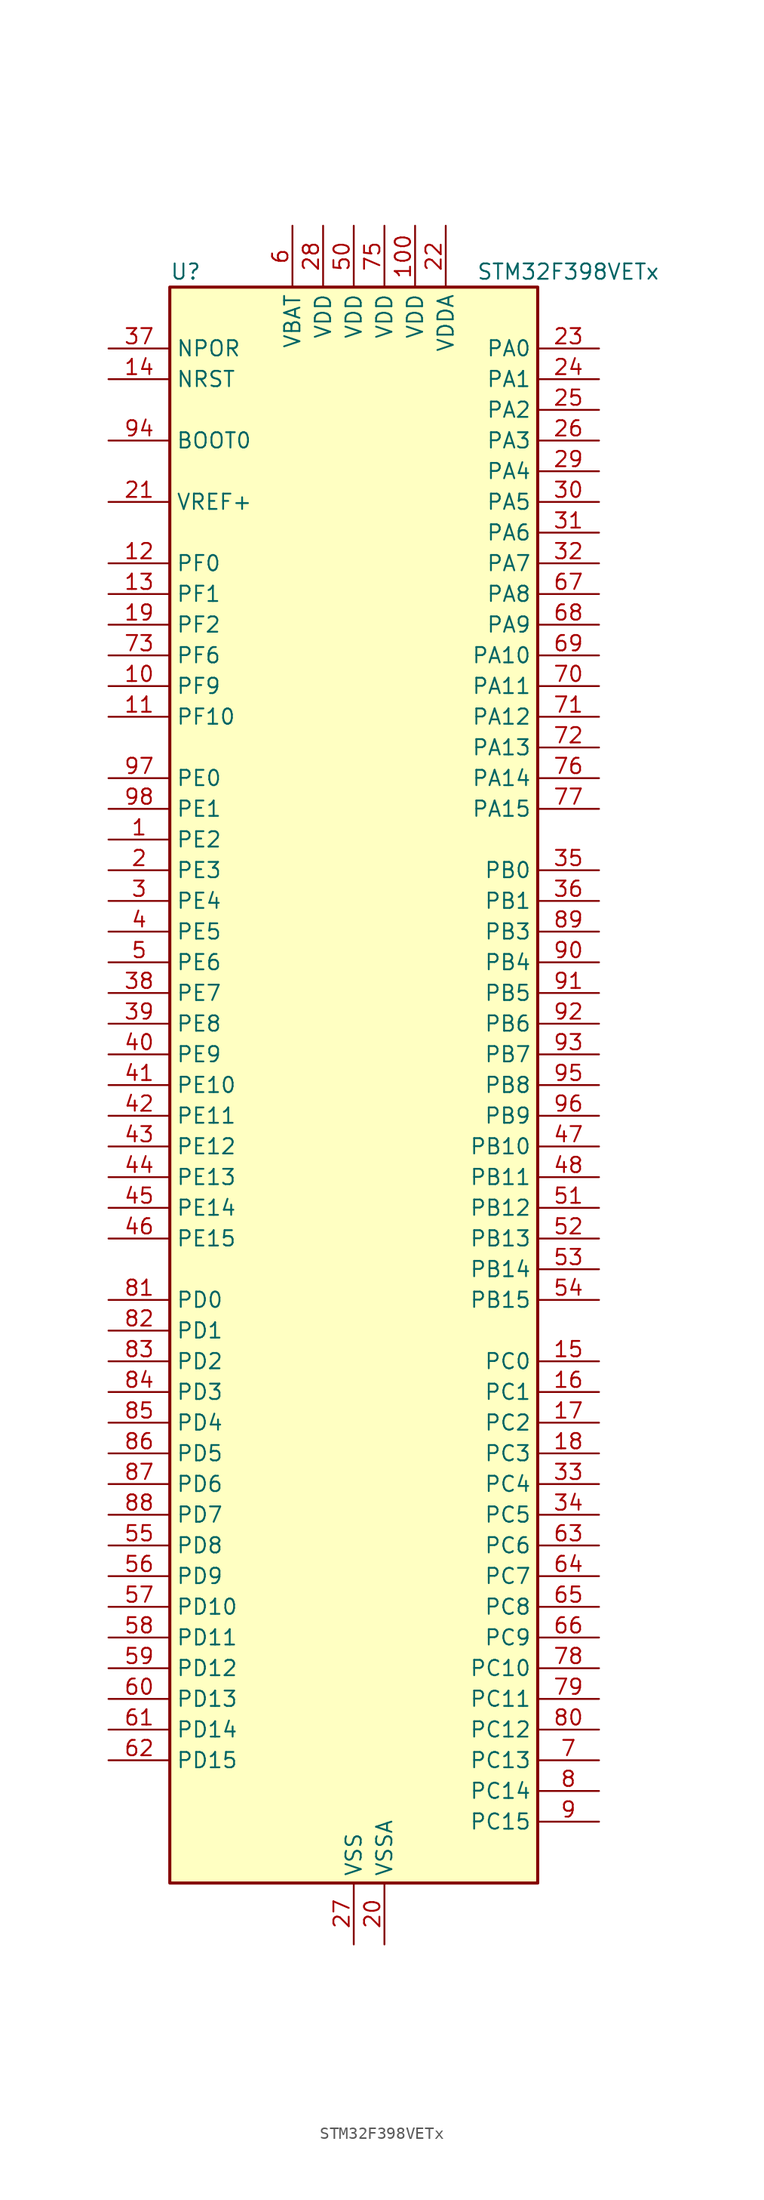
<source format=kicad_sym>
(kicad_symbol_lib
  (version 20241209)
  (generator "kicad_symbol_editor")
  (generator_version "9.0")
  (symbol "STM32F398VETx"
    (property "Reference" "U"
      (at -15.24 67.31 0)
      (effects (font (size 1.27 1.27)) (justify left)))
    (property "Value" "STM32F398VETx"
      (at 10.16 67.31 0)
      (effects (font (size 1.27 1.27)) (justify left)))
    (symbol "STM32F398VETx_0_1"
      (rectangle (start -15.24 -66.04) (end 15.24 66.04) (stroke (width 0.254) (type default)) (fill (type background))))
    (symbol "STM32F398VETx_1_1"
      (pin input line (at -20.32 60.96 0) (length 5.08) (name "NPOR" (effects (font (size 1.27 1.27)))) (number "37" (effects (font (size 1.27 1.27)))))
      (pin input line (at -20.32 58.42 0) (length 5.08) (name "NRST" (effects (font (size 1.27 1.27)))) (number "14" (effects (font (size 1.27 1.27)))))
      (pin input line (at -20.32 53.34 0) (length 5.08) (name "BOOT0" (effects (font (size 1.27 1.27)))) (number "94" (effects (font (size 1.27 1.27)))))
      (pin input line (at -20.32 48.26 0) (length 5.08) (name "VREF+" (effects (font (size 1.27 1.27)))) (number "21" (effects (font (size 1.27 1.27)))))
      (pin bidirectional line (at -20.32 43.18 0) (length 5.08) (name "PF0" (effects (font (size 1.27 1.27)))) (number "12" (effects (font (size 1.27 1.27)))) (alternate "I2C2_SDA" bidirectional line) (alternate "I2S2_WS" bidirectional line) (alternate "RCC_OSC_IN" bidirectional line) (alternate "SPI2_NSS" bidirectional line) (alternate "TIM1_CH3N" bidirectional line))
      (pin bidirectional line (at -20.32 40.64 0) (length 5.08) (name "PF1" (effects (font (size 1.27 1.27)))) (number "13" (effects (font (size 1.27 1.27)))) (alternate "I2C2_SCL" bidirectional line) (alternate "I2S2_CK" bidirectional line) (alternate "RCC_OSC_OUT" bidirectional line) (alternate "SPI2_SCK" bidirectional line))
      (pin bidirectional line (at -20.32 38.1 0) (length 5.08) (name "PF2" (effects (font (size 1.27 1.27)))) (number "19" (effects (font (size 1.27 1.27)))) (alternate "ADC1_IN10" bidirectional line) (alternate "ADC2_IN10" bidirectional line) (alternate "ADC3_EXTI2" bidirectional line) (alternate "ADC4_EXTI2" bidirectional line) (alternate "FMC_A2" bidirectional line) (alternate "TIM20_CH3" bidirectional line))
      (pin bidirectional line (at -20.32 35.56 0) (length 5.08) (name "PF6" (effects (font (size 1.27 1.27)))) (number "73" (effects (font (size 1.27 1.27)))) (alternate "FMC_NIORD" bidirectional line) (alternate "I2C2_SCL" bidirectional line) (alternate "TIM4_CH4" bidirectional line) (alternate "USART3_DE" bidirectional line) (alternate "USART3_RTS" bidirectional line))
      (pin bidirectional line (at -20.32 33.02 0) (length 5.08) (name "PF9" (effects (font (size 1.27 1.27)))) (number "10" (effects (font (size 1.27 1.27)))) (alternate "DAC1_EXTI9" bidirectional line) (alternate "FMC_CD" bidirectional line) (alternate "SPI2_SCK" bidirectional line) (alternate "TIM15_CH1" bidirectional line) (alternate "TIM20_BKIN" bidirectional line))
      (pin bidirectional line (at -20.32 30.48 0) (length 5.08) (name "PF10" (effects (font (size 1.27 1.27)))) (number "11" (effects (font (size 1.27 1.27)))) (alternate "FMC_INTR" bidirectional line) (alternate "SPI2_SCK" bidirectional line) (alternate "TIM15_CH2" bidirectional line) (alternate "TIM20_BKIN2" bidirectional line))
      (pin bidirectional line (at -20.32 25.4 0) (length 5.08) (name "PE0" (effects (font (size 1.27 1.27)))) (number "97" (effects (font (size 1.27 1.27)))) (alternate "FMC_NBL0" bidirectional line) (alternate "TIM16_CH1" bidirectional line) (alternate "TIM20_ETR" bidirectional line) (alternate "TIM4_ETR" bidirectional line) (alternate "USART1_TX" bidirectional line))
      (pin bidirectional line (at -20.32 22.86 0) (length 5.08) (name "PE1" (effects (font (size 1.27 1.27)))) (number "98" (effects (font (size 1.27 1.27)))) (alternate "FMC_NBL1" bidirectional line) (alternate "TIM17_CH1" bidirectional line) (alternate "TIM20_CH4" bidirectional line) (alternate "USART1_RX" bidirectional line))
      (pin bidirectional line (at -20.32 20.32 0) (length 5.08) (name "PE2" (effects (font (size 1.27 1.27)))) (number "1" (effects (font (size 1.27 1.27)))) (alternate "ADC3_EXTI2" bidirectional line) (alternate "ADC4_EXTI2" bidirectional line) (alternate "FMC_A23" bidirectional line) (alternate "SPI4_SCK" bidirectional line) (alternate "SYS_TRACECK" bidirectional line) (alternate "TIM20_CH1" bidirectional line) (alternate "TIM3_CH1" bidirectional line) (alternate "TSC_G7_IO1" bidirectional line))
      (pin bidirectional line (at -20.32 17.78 0) (length 5.08) (name "PE3" (effects (font (size 1.27 1.27)))) (number "2" (effects (font (size 1.27 1.27)))) (alternate "FMC_A19" bidirectional line) (alternate "SPI4_NSS" bidirectional line) (alternate "SYS_TRACED0" bidirectional line) (alternate "TIM20_CH2" bidirectional line) (alternate "TIM3_CH2" bidirectional line) (alternate "TSC_G7_IO2" bidirectional line))
      (pin bidirectional line (at -20.32 15.24 0) (length 5.08) (name "PE4" (effects (font (size 1.27 1.27)))) (number "3" (effects (font (size 1.27 1.27)))) (alternate "FMC_A20" bidirectional line) (alternate "SPI4_NSS" bidirectional line) (alternate "SYS_TRACED1" bidirectional line) (alternate "TIM20_CH1N" bidirectional line) (alternate "TIM3_CH3" bidirectional line) (alternate "TSC_G7_IO3" bidirectional line))
      (pin bidirectional line (at -20.32 12.7 0) (length 5.08) (name "PE5" (effects (font (size 1.27 1.27)))) (number "4" (effects (font (size 1.27 1.27)))) (alternate "FMC_A21" bidirectional line) (alternate "SPI4_MISO" bidirectional line) (alternate "SYS_TRACED2" bidirectional line) (alternate "TIM20_CH2N" bidirectional line) (alternate "TIM3_CH4" bidirectional line) (alternate "TSC_G7_IO4" bidirectional line))
      (pin bidirectional line (at -20.32 10.16 0) (length 5.08) (name "PE6" (effects (font (size 1.27 1.27)))) (number "5" (effects (font (size 1.27 1.27)))) (alternate "FMC_A22" bidirectional line) (alternate "RTC_TAMP3" bidirectional line) (alternate "SPI4_MOSI" bidirectional line) (alternate "SYS_TRACED3" bidirectional line) (alternate "SYS_WKUP3" bidirectional line) (alternate "TIM20_CH3N" bidirectional line))
      (pin bidirectional line (at -20.32 7.62 0) (length 5.08) (name "PE7" (effects (font (size 1.27 1.27)))) (number "38" (effects (font (size 1.27 1.27)))) (alternate "ADC3_IN13" bidirectional line) (alternate "FMC_D4" bidirectional line) (alternate "FMC_DA4" bidirectional line) (alternate "TIM1_ETR" bidirectional line))
      (pin bidirectional line (at -20.32 5.08 0) (length 5.08) (name "PE8" (effects (font (size 1.27 1.27)))) (number "39" (effects (font (size 1.27 1.27)))) (alternate "ADC3_IN6" bidirectional line) (alternate "ADC4_IN6" bidirectional line) (alternate "COMP4_INM" bidirectional line) (alternate "FMC_D5" bidirectional line) (alternate "FMC_DA5" bidirectional line) (alternate "TIM1_CH1N" bidirectional line))
      (pin bidirectional line (at -20.32 2.54 0) (length 5.08) (name "PE9" (effects (font (size 1.27 1.27)))) (number "40" (effects (font (size 1.27 1.27)))) (alternate "ADC3_IN2" bidirectional line) (alternate "DAC1_EXTI9" bidirectional line) (alternate "FMC_D6" bidirectional line) (alternate "FMC_DA6" bidirectional line) (alternate "TIM1_CH1" bidirectional line))
      (pin bidirectional line (at -20.32 0 0) (length 5.08) (name "PE10" (effects (font (size 1.27 1.27)))) (number "41" (effects (font (size 1.27 1.27)))) (alternate "ADC3_IN14" bidirectional line) (alternate "FMC_D7" bidirectional line) (alternate "FMC_DA7" bidirectional line) (alternate "TIM1_CH2N" bidirectional line))
      (pin bidirectional line (at -20.32 -2.54 0) (length 5.08) (name "PE11" (effects (font (size 1.27 1.27)))) (number "42" (effects (font (size 1.27 1.27)))) (alternate "ADC1_EXTI11" bidirectional line) (alternate "ADC2_EXTI11" bidirectional line) (alternate "ADC3_IN15" bidirectional line) (alternate "FMC_D8" bidirectional line) (alternate "FMC_DA8" bidirectional line) (alternate "SPI4_NSS" bidirectional line) (alternate "TIM1_CH2" bidirectional line))
      (pin bidirectional line (at -20.32 -5.08 0) (length 5.08) (name "PE12" (effects (font (size 1.27 1.27)))) (number "43" (effects (font (size 1.27 1.27)))) (alternate "ADC3_IN16" bidirectional line) (alternate "FMC_D9" bidirectional line) (alternate "FMC_DA9" bidirectional line) (alternate "SPI4_SCK" bidirectional line) (alternate "TIM1_CH3N" bidirectional line))
      (pin bidirectional line (at -20.32 -7.62 0) (length 5.08) (name "PE13" (effects (font (size 1.27 1.27)))) (number "44" (effects (font (size 1.27 1.27)))) (alternate "ADC3_IN3" bidirectional line) (alternate "FMC_D10" bidirectional line) (alternate "FMC_DA10" bidirectional line) (alternate "SPI4_MISO" bidirectional line) (alternate "TIM1_CH3" bidirectional line))
      (pin bidirectional line (at -20.32 -10.16 0) (length 5.08) (name "PE14" (effects (font (size 1.27 1.27)))) (number "45" (effects (font (size 1.27 1.27)))) (alternate "ADC4_IN1" bidirectional line) (alternate "FMC_D11" bidirectional line) (alternate "FMC_DA11" bidirectional line) (alternate "SPI4_MOSI" bidirectional line) (alternate "TIM1_BKIN2" bidirectional line) (alternate "TIM1_CH4" bidirectional line))
      (pin bidirectional line (at -20.32 -12.7 0) (length 5.08) (name "PE15" (effects (font (size 1.27 1.27)))) (number "46" (effects (font (size 1.27 1.27)))) (alternate "ADC1_EXTI15" bidirectional line) (alternate "ADC2_EXTI15" bidirectional line) (alternate "ADC3_EXTI15" bidirectional line) (alternate "ADC4_EXTI15" bidirectional line) (alternate "ADC4_IN2" bidirectional line) (alternate "FMC_D12" bidirectional line) (alternate "FMC_DA12" bidirectional line) (alternate "TIM1_BKIN" bidirectional line) (alternate "USART3_RX" bidirectional line))
      (pin bidirectional line (at -20.32 -17.78 0) (length 5.08) (name "PD0" (effects (font (size 1.27 1.27)))) (number "81" (effects (font (size 1.27 1.27)))) (alternate "CAN_RX" bidirectional line) (alternate "FMC_D2" bidirectional line) (alternate "FMC_DA2" bidirectional line))
      (pin bidirectional line (at -20.32 -20.32 0) (length 5.08) (name "PD1" (effects (font (size 1.27 1.27)))) (number "82" (effects (font (size 1.27 1.27)))) (alternate "CAN_TX" bidirectional line) (alternate "FMC_D3" bidirectional line) (alternate "FMC_DA3" bidirectional line) (alternate "TIM8_BKIN2" bidirectional line) (alternate "TIM8_CH4" bidirectional line))
      (pin bidirectional line (at -20.32 -22.86 0) (length 5.08) (name "PD2" (effects (font (size 1.27 1.27)))) (number "83" (effects (font (size 1.27 1.27)))) (alternate "ADC3_EXTI2" bidirectional line) (alternate "ADC4_EXTI2" bidirectional line) (alternate "TIM3_ETR" bidirectional line) (alternate "TIM8_BKIN" bidirectional line) (alternate "UART5_RX" bidirectional line))
      (pin bidirectional line (at -20.32 -25.4 0) (length 5.08) (name "PD3" (effects (font (size 1.27 1.27)))) (number "84" (effects (font (size 1.27 1.27)))) (alternate "FMC_CLK" bidirectional line) (alternate "TIM2_CH1" bidirectional line) (alternate "TIM2_ETR" bidirectional line) (alternate "USART2_CTS" bidirectional line))
      (pin bidirectional line (at -20.32 -27.94 0) (length 5.08) (name "PD4" (effects (font (size 1.27 1.27)))) (number "85" (effects (font (size 1.27 1.27)))) (alternate "FMC_NOE" bidirectional line) (alternate "TIM2_CH2" bidirectional line) (alternate "USART2_DE" bidirectional line) (alternate "USART2_RTS" bidirectional line))
      (pin bidirectional line (at -20.32 -30.48 0) (length 5.08) (name "PD5" (effects (font (size 1.27 1.27)))) (number "86" (effects (font (size 1.27 1.27)))) (alternate "FMC_NWE" bidirectional line) (alternate "USART2_TX" bidirectional line))
      (pin bidirectional line (at -20.32 -33.02 0) (length 5.08) (name "PD6" (effects (font (size 1.27 1.27)))) (number "87" (effects (font (size 1.27 1.27)))) (alternate "FMC_NWAIT" bidirectional line) (alternate "TIM2_CH4" bidirectional line) (alternate "USART2_RX" bidirectional line))
      (pin bidirectional line (at -20.32 -35.56 0) (length 5.08) (name "PD7" (effects (font (size 1.27 1.27)))) (number "88" (effects (font (size 1.27 1.27)))) (alternate "FMC_NCE2" bidirectional line) (alternate "FMC_NE1" bidirectional line) (alternate "TIM2_CH3" bidirectional line) (alternate "USART2_CK" bidirectional line))
      (pin bidirectional line (at -20.32 -38.1 0) (length 5.08) (name "PD8" (effects (font (size 1.27 1.27)))) (number "55" (effects (font (size 1.27 1.27)))) (alternate "ADC4_IN12" bidirectional line) (alternate "FMC_D13" bidirectional line) (alternate "FMC_DA13" bidirectional line) (alternate "OPAMP4_VINM" bidirectional line) (alternate "OPAMP4_VINM_SEC" bidirectional line) (alternate "USART3_TX" bidirectional line))
      (pin bidirectional line (at -20.32 -40.64 0) (length 5.08) (name "PD9" (effects (font (size 1.27 1.27)))) (number "56" (effects (font (size 1.27 1.27)))) (alternate "ADC4_IN13" bidirectional line) (alternate "DAC1_EXTI9" bidirectional line) (alternate "FMC_D14" bidirectional line) (alternate "FMC_DA14" bidirectional line) (alternate "USART3_RX" bidirectional line))
      (pin bidirectional line (at -20.32 -43.18 0) (length 5.08) (name "PD10" (effects (font (size 1.27 1.27)))) (number "57" (effects (font (size 1.27 1.27)))) (alternate "ADC3_IN7" bidirectional line) (alternate "ADC4_IN7" bidirectional line) (alternate "COMP6_INM" bidirectional line) (alternate "FMC_D15" bidirectional line) (alternate "FMC_DA15" bidirectional line) (alternate "USART3_CK" bidirectional line))
      (pin bidirectional line (at -20.32 -45.72 0) (length 5.08) (name "PD11" (effects (font (size 1.27 1.27)))) (number "58" (effects (font (size 1.27 1.27)))) (alternate "ADC1_EXTI11" bidirectional line) (alternate "ADC2_EXTI11" bidirectional line) (alternate "ADC3_IN8" bidirectional line) (alternate "ADC4_IN8" bidirectional line) (alternate "FMC_A16" bidirectional line) (alternate "FMC_CLE" bidirectional line) (alternate "OPAMP4_VINP" bidirectional line) (alternate "OPAMP4_VINP_SEC" bidirectional line) (alternate "USART3_CTS" bidirectional line))
      (pin bidirectional line (at -20.32 -48.26 0) (length 5.08) (name "PD12" (effects (font (size 1.27 1.27)))) (number "59" (effects (font (size 1.27 1.27)))) (alternate "ADC3_IN9" bidirectional line) (alternate "ADC4_IN9" bidirectional line) (alternate "FMC_A17" bidirectional line) (alternate "FMC_ALE" bidirectional line) (alternate "TIM4_CH1" bidirectional line) (alternate "TSC_G8_IO1" bidirectional line) (alternate "USART3_DE" bidirectional line) (alternate "USART3_RTS" bidirectional line))
      (pin bidirectional line (at -20.32 -50.8 0) (length 5.08) (name "PD13" (effects (font (size 1.27 1.27)))) (number "60" (effects (font (size 1.27 1.27)))) (alternate "ADC3_IN10" bidirectional line) (alternate "ADC4_IN10" bidirectional line) (alternate "COMP5_INM" bidirectional line) (alternate "FMC_A18" bidirectional line) (alternate "TIM4_CH2" bidirectional line) (alternate "TSC_G8_IO2" bidirectional line))
      (pin bidirectional line (at -20.32 -53.34 0) (length 5.08) (name "PD14" (effects (font (size 1.27 1.27)))) (number "61" (effects (font (size 1.27 1.27)))) (alternate "ADC3_IN11" bidirectional line) (alternate "ADC4_IN11" bidirectional line) (alternate "FMC_D0" bidirectional line) (alternate "FMC_DA0" bidirectional line) (alternate "OPAMP2_VINP" bidirectional line) (alternate "OPAMP2_VINP_SEC" bidirectional line) (alternate "TIM4_CH3" bidirectional line) (alternate "TSC_G8_IO3" bidirectional line))
      (pin bidirectional line (at -20.32 -55.88 0) (length 5.08) (name "PD15" (effects (font (size 1.27 1.27)))) (number "62" (effects (font (size 1.27 1.27)))) (alternate "ADC1_EXTI15" bidirectional line) (alternate "ADC2_EXTI15" bidirectional line) (alternate "ADC3_EXTI15" bidirectional line) (alternate "ADC4_EXTI15" bidirectional line) (alternate "COMP3_INM" bidirectional line) (alternate "FMC_D1" bidirectional line) (alternate "FMC_DA1" bidirectional line) (alternate "SPI2_NSS" bidirectional line) (alternate "TIM4_CH4" bidirectional line) (alternate "TSC_G8_IO4" bidirectional line))
      (pin power_in line (at -5.08 71.12 270) (length 5.08) (name "VBAT" (effects (font (size 1.27 1.27)))) (number "6" (effects (font (size 1.27 1.27)))))
      (pin power_in line (at -2.54 71.12 270) (length 5.08) (name "VDD" (effects (font (size 1.27 1.27)))) (number "28" (effects (font (size 1.27 1.27)))))
      (pin power_in line (at 0 71.12 270) (length 5.08) (name "VDD" (effects (font (size 1.27 1.27)))) (number "50" (effects (font (size 1.27 1.27)))))
      (pin power_in line (at 0 -71.12 90) (length 5.08) (name "VSS" (effects (font (size 1.27 1.27)))) (number "27" (effects (font (size 1.27 1.27)))))
      (pin passive line (at 0 -71.12 90) (length 5.08) (hide yes) (name "VSS" (effects (font (size 1.27 1.27)))) (number "49" (effects (font (size 1.27 1.27)))))
      (pin passive line (at 0 -71.12 90) (length 5.08) (hide yes) (name "VSS" (effects (font (size 1.27 1.27)))) (number "74" (effects (font (size 1.27 1.27)))))
      (pin passive line (at 0 -71.12 90) (length 5.08) (hide yes) (name "VSS" (effects (font (size 1.27 1.27)))) (number "99" (effects (font (size 1.27 1.27)))))
      (pin power_in line (at 2.54 71.12 270) (length 5.08) (name "VDD" (effects (font (size 1.27 1.27)))) (number "75" (effects (font (size 1.27 1.27)))))
      (pin power_in line (at 2.54 -71.12 90) (length 5.08) (name "VSSA" (effects (font (size 1.27 1.27)))) (number "20" (effects (font (size 1.27 1.27)))))
      (pin power_in line (at 5.08 71.12 270) (length 5.08) (name "VDD" (effects (font (size 1.27 1.27)))) (number "100" (effects (font (size 1.27 1.27)))))
      (pin power_in line (at 7.62 71.12 270) (length 5.08) (name "VDDA" (effects (font (size 1.27 1.27)))) (number "22" (effects (font (size 1.27 1.27)))))
      (pin bidirectional line (at 20.32 60.96 180) (length 5.08) (name "PA0" (effects (font (size 1.27 1.27)))) (number "23" (effects (font (size 1.27 1.27)))) (alternate "ADC1_IN1" bidirectional line) (alternate "COMP1_INM" bidirectional line) (alternate "COMP1_OUT" bidirectional line) (alternate "RTC_TAMP2" bidirectional line) (alternate "SYS_WKUP1" bidirectional line) (alternate "TIM2_CH1" bidirectional line) (alternate "TIM2_ETR" bidirectional line) (alternate "TIM8_BKIN" bidirectional line) (alternate "TIM8_ETR" bidirectional line) (alternate "TSC_G1_IO1" bidirectional line) (alternate "USART2_CTS" bidirectional line))
      (pin bidirectional line (at 20.32 58.42 180) (length 5.08) (name "PA1" (effects (font (size 1.27 1.27)))) (number "24" (effects (font (size 1.27 1.27)))) (alternate "ADC1_IN2" bidirectional line) (alternate "COMP1_INP" bidirectional line) (alternate "OPAMP1_VINP" bidirectional line) (alternate "OPAMP1_VINP_SEC" bidirectional line) (alternate "OPAMP3_VINP" bidirectional line) (alternate "OPAMP3_VINP_SEC" bidirectional line) (alternate "RTC_REFIN" bidirectional line) (alternate "TIM15_CH1N" bidirectional line) (alternate "TIM2_CH2" bidirectional line) (alternate "TSC_G1_IO2" bidirectional line) (alternate "USART2_DE" bidirectional line) (alternate "USART2_RTS" bidirectional line))
      (pin bidirectional line (at 20.32 55.88 180) (length 5.08) (name "PA2" (effects (font (size 1.27 1.27)))) (number "25" (effects (font (size 1.27 1.27)))) (alternate "ADC1_IN3" bidirectional line) (alternate "ADC3_EXTI2" bidirectional line) (alternate "ADC4_EXTI2" bidirectional line) (alternate "COMP2_INM" bidirectional line) (alternate "COMP2_OUT" bidirectional line) (alternate "OPAMP1_VOUT" bidirectional line) (alternate "TIM15_CH1" bidirectional line) (alternate "TIM2_CH3" bidirectional line) (alternate "TSC_G1_IO3" bidirectional line) (alternate "USART2_TX" bidirectional line))
      (pin bidirectional line (at 20.32 53.34 180) (length 5.08) (name "PA3" (effects (font (size 1.27 1.27)))) (number "26" (effects (font (size 1.27 1.27)))) (alternate "ADC1_IN4" bidirectional line) (alternate "OPAMP1_VINM" bidirectional line) (alternate "OPAMP1_VINM_SEC" bidirectional line) (alternate "OPAMP1_VINP" bidirectional line) (alternate "OPAMP1_VINP_SEC" bidirectional line) (alternate "TIM15_CH2" bidirectional line) (alternate "TIM2_CH4" bidirectional line) (alternate "TSC_G1_IO4" bidirectional line) (alternate "USART2_RX" bidirectional line))
      (pin bidirectional line (at 20.32 50.8 180) (length 5.08) (name "PA4" (effects (font (size 1.27 1.27)))) (number "29" (effects (font (size 1.27 1.27)))) (alternate "ADC2_IN1" bidirectional line) (alternate "COMP1_INM" bidirectional line) (alternate "COMP2_INM" bidirectional line) (alternate "COMP3_INM" bidirectional line) (alternate "COMP4_INM" bidirectional line) (alternate "COMP5_INM" bidirectional line) (alternate "COMP6_INM" bidirectional line) (alternate "COMP7_INM" bidirectional line) (alternate "DAC1_OUT1" bidirectional line) (alternate "I2S3_WS" bidirectional line) (alternate "OPAMP4_VINP" bidirectional line) (alternate "OPAMP4_VINP_SEC" bidirectional line) (alternate "SPI1_NSS" bidirectional line) (alternate "SPI3_NSS" bidirectional line) (alternate "TIM3_CH2" bidirectional line) (alternate "TSC_G2_IO1" bidirectional line) (alternate "USART2_CK" bidirectional line))
      (pin bidirectional line (at 20.32 48.26 180) (length 5.08) (name "PA5" (effects (font (size 1.27 1.27)))) (number "30" (effects (font (size 1.27 1.27)))) (alternate "ADC2_IN2" bidirectional line) (alternate "COMP1_INM" bidirectional line) (alternate "COMP2_INM" bidirectional line) (alternate "COMP3_INM" bidirectional line) (alternate "COMP4_INM" bidirectional line) (alternate "COMP5_INM" bidirectional line) (alternate "COMP6_INM" bidirectional line) (alternate "COMP7_INM" bidirectional line) (alternate "DAC1_OUT2" bidirectional line) (alternate "OPAMP1_VINP" bidirectional line) (alternate "OPAMP1_VINP_SEC" bidirectional line) (alternate "OPAMP2_VINM" bidirectional line) (alternate "OPAMP2_VINM_SEC" bidirectional line) (alternate "OPAMP3_VINP" bidirectional line) (alternate "OPAMP3_VINP_SEC" bidirectional line) (alternate "SPI1_SCK" bidirectional line) (alternate "TIM2_CH1" bidirectional line) (alternate "TIM2_ETR" bidirectional line) (alternate "TSC_G2_IO2" bidirectional line))
      (pin bidirectional line (at 20.32 45.72 180) (length 5.08) (name "PA6" (effects (font (size 1.27 1.27)))) (number "31" (effects (font (size 1.27 1.27)))) (alternate "ADC2_IN3" bidirectional line) (alternate "COMP1_OUT" bidirectional line) (alternate "OPAMP2_VOUT" bidirectional line) (alternate "SPI1_MISO" bidirectional line) (alternate "TIM16_CH1" bidirectional line) (alternate "TIM1_BKIN" bidirectional line) (alternate "TIM3_CH1" bidirectional line) (alternate "TIM8_BKIN" bidirectional line) (alternate "TSC_G2_IO3" bidirectional line))
      (pin bidirectional line (at 20.32 43.18 180) (length 5.08) (name "PA7" (effects (font (size 1.27 1.27)))) (number "32" (effects (font (size 1.27 1.27)))) (alternate "ADC2_IN4" bidirectional line) (alternate "COMP2_INP" bidirectional line) (alternate "OPAMP1_VINP" bidirectional line) (alternate "OPAMP1_VINP_SEC" bidirectional line) (alternate "OPAMP2_VINP" bidirectional line) (alternate "OPAMP2_VINP_SEC" bidirectional line) (alternate "SPI1_MOSI" bidirectional line) (alternate "TIM17_CH1" bidirectional line) (alternate "TIM1_CH1N" bidirectional line) (alternate "TIM3_CH2" bidirectional line) (alternate "TIM8_CH1N" bidirectional line) (alternate "TSC_G2_IO4" bidirectional line))
      (pin bidirectional line (at 20.32 40.64 180) (length 5.08) (name "PA8" (effects (font (size 1.27 1.27)))) (number "67" (effects (font (size 1.27 1.27)))) (alternate "COMP3_OUT" bidirectional line) (alternate "I2C2_SMBA" bidirectional line) (alternate "I2C3_SCL" bidirectional line) (alternate "I2S2_MCK" bidirectional line) (alternate "RCC_MCO" bidirectional line) (alternate "TIM1_CH1" bidirectional line) (alternate "TIM4_ETR" bidirectional line) (alternate "USART1_CK" bidirectional line))
      (pin bidirectional line (at 20.32 38.1 180) (length 5.08) (name "PA9" (effects (font (size 1.27 1.27)))) (number "68" (effects (font (size 1.27 1.27)))) (alternate "COMP5_OUT" bidirectional line) (alternate "DAC1_EXTI9" bidirectional line) (alternate "I2C2_SCL" bidirectional line) (alternate "I2C3_SMBA" bidirectional line) (alternate "I2S3_MCK" bidirectional line) (alternate "TIM15_BKIN" bidirectional line) (alternate "TIM1_CH2" bidirectional line) (alternate "TIM2_CH3" bidirectional line) (alternate "TSC_G4_IO1" bidirectional line) (alternate "USART1_TX" bidirectional line))
      (pin bidirectional line (at 20.32 35.56 180) (length 5.08) (name "PA10" (effects (font (size 1.27 1.27)))) (number "69" (effects (font (size 1.27 1.27)))) (alternate "COMP6_OUT" bidirectional line) (alternate "I2C2_SDA" bidirectional line) (alternate "I2S2_ext_SD" bidirectional line) (alternate "SPI2_MISO" bidirectional line) (alternate "TIM17_BKIN" bidirectional line) (alternate "TIM1_CH3" bidirectional line) (alternate "TIM2_CH4" bidirectional line) (alternate "TIM8_BKIN" bidirectional line) (alternate "TSC_G4_IO2" bidirectional line) (alternate "USART1_RX" bidirectional line))
      (pin bidirectional line (at 20.32 33.02 180) (length 5.08) (name "PA11" (effects (font (size 1.27 1.27)))) (number "70" (effects (font (size 1.27 1.27)))) (alternate "ADC1_EXTI11" bidirectional line) (alternate "ADC2_EXTI11" bidirectional line) (alternate "CAN_RX" bidirectional line) (alternate "COMP1_OUT" bidirectional line) (alternate "I2S2_SD" bidirectional line) (alternate "SPI2_MOSI" bidirectional line) (alternate "TIM1_BKIN2" bidirectional line) (alternate "TIM1_CH1N" bidirectional line) (alternate "TIM1_CH4" bidirectional line) (alternate "TIM4_CH1" bidirectional line) (alternate "USART1_CTS" bidirectional line))
      (pin bidirectional line (at 20.32 30.48 180) (length 5.08) (name "PA12" (effects (font (size 1.27 1.27)))) (number "71" (effects (font (size 1.27 1.27)))) (alternate "CAN_TX" bidirectional line) (alternate "COMP2_OUT" bidirectional line) (alternate "I2S_CKIN" bidirectional line) (alternate "TIM16_CH1" bidirectional line) (alternate "TIM1_CH2N" bidirectional line) (alternate "TIM1_ETR" bidirectional line) (alternate "TIM4_CH2" bidirectional line) (alternate "USART1_DE" bidirectional line) (alternate "USART1_RTS" bidirectional line))
      (pin bidirectional line (at 20.32 27.94 180) (length 5.08) (name "PA13" (effects (font (size 1.27 1.27)))) (number "72" (effects (font (size 1.27 1.27)))) (alternate "IR_OUT" bidirectional line) (alternate "SYS_JTMS-SWDIO" bidirectional line) (alternate "TIM16_CH1N" bidirectional line) (alternate "TIM4_CH3" bidirectional line) (alternate "TSC_G4_IO3" bidirectional line) (alternate "USART3_CTS" bidirectional line))
      (pin bidirectional line (at 20.32 25.4 180) (length 5.08) (name "PA14" (effects (font (size 1.27 1.27)))) (number "76" (effects (font (size 1.27 1.27)))) (alternate "I2C1_SDA" bidirectional line) (alternate "SYS_JTCK-SWCLK" bidirectional line) (alternate "TIM1_BKIN" bidirectional line) (alternate "TIM8_CH2" bidirectional line) (alternate "TSC_G4_IO4" bidirectional line) (alternate "USART2_TX" bidirectional line))
      (pin bidirectional line (at 20.32 22.86 180) (length 5.08) (name "PA15" (effects (font (size 1.27 1.27)))) (number "77" (effects (font (size 1.27 1.27)))) (alternate "ADC1_EXTI15" bidirectional line) (alternate "ADC2_EXTI15" bidirectional line) (alternate "ADC3_EXTI15" bidirectional line) (alternate "ADC4_EXTI15" bidirectional line) (alternate "I2C1_SCL" bidirectional line) (alternate "I2S3_WS" bidirectional line) (alternate "SPI1_NSS" bidirectional line) (alternate "SPI3_NSS" bidirectional line) (alternate "SYS_JTDI" bidirectional line) (alternate "TIM1_BKIN" bidirectional line) (alternate "TIM2_CH1" bidirectional line) (alternate "TIM2_ETR" bidirectional line) (alternate "TIM8_CH1" bidirectional line) (alternate "TSC_SYNC" bidirectional line) (alternate "USART2_RX" bidirectional line))
      (pin bidirectional line (at 20.32 17.78 180) (length 5.08) (name "PB0" (effects (font (size 1.27 1.27)))) (number "35" (effects (font (size 1.27 1.27)))) (alternate "ADC3_IN12" bidirectional line) (alternate "COMP4_INP" bidirectional line) (alternate "OPAMP2_VINP" bidirectional line) (alternate "OPAMP2_VINP_SEC" bidirectional line) (alternate "OPAMP3_VINP" bidirectional line) (alternate "OPAMP3_VINP_SEC" bidirectional line) (alternate "TIM1_CH2N" bidirectional line) (alternate "TIM3_CH3" bidirectional line) (alternate "TIM8_CH2N" bidirectional line) (alternate "TSC_G3_IO2" bidirectional line))
      (pin bidirectional line (at 20.32 15.24 180) (length 5.08) (name "PB1" (effects (font (size 1.27 1.27)))) (number "36" (effects (font (size 1.27 1.27)))) (alternate "ADC3_IN1" bidirectional line) (alternate "COMP4_OUT" bidirectional line) (alternate "OPAMP3_VOUT" bidirectional line) (alternate "TIM1_CH3N" bidirectional line) (alternate "TIM3_CH4" bidirectional line) (alternate "TIM8_CH3N" bidirectional line) (alternate "TSC_G3_IO3" bidirectional line))
      (pin bidirectional line (at 20.32 12.7 180) (length 5.08) (name "PB3" (effects (font (size 1.27 1.27)))) (number "89" (effects (font (size 1.27 1.27)))) (alternate "I2S3_CK" bidirectional line) (alternate "SPI1_SCK" bidirectional line) (alternate "SPI3_SCK" bidirectional line) (alternate "SYS_JTDO-TRACESWO" bidirectional line) (alternate "TIM2_CH2" bidirectional line) (alternate "TIM3_ETR" bidirectional line) (alternate "TIM4_ETR" bidirectional line) (alternate "TIM8_CH1N" bidirectional line) (alternate "TSC_G5_IO1" bidirectional line) (alternate "USART2_TX" bidirectional line))
      (pin bidirectional line (at 20.32 10.16 180) (length 5.08) (name "PB4" (effects (font (size 1.27 1.27)))) (number "90" (effects (font (size 1.27 1.27)))) (alternate "I2S3_ext_SD" bidirectional line) (alternate "SPI1_MISO" bidirectional line) (alternate "SPI3_MISO" bidirectional line) (alternate "SYS_NJTRST" bidirectional line) (alternate "TIM16_CH1" bidirectional line) (alternate "TIM17_BKIN" bidirectional line) (alternate "TIM3_CH1" bidirectional line) (alternate "TIM8_CH2N" bidirectional line) (alternate "TSC_G5_IO2" bidirectional line) (alternate "USART2_RX" bidirectional line))
      (pin bidirectional line (at 20.32 7.62 180) (length 5.08) (name "PB5" (effects (font (size 1.27 1.27)))) (number "91" (effects (font (size 1.27 1.27)))) (alternate "I2C1_SMBA" bidirectional line) (alternate "I2C3_SDA" bidirectional line) (alternate "I2S3_SD" bidirectional line) (alternate "SPI1_MOSI" bidirectional line) (alternate "SPI3_MOSI" bidirectional line) (alternate "TIM16_BKIN" bidirectional line) (alternate "TIM17_CH1" bidirectional line) (alternate "TIM3_CH2" bidirectional line) (alternate "TIM8_CH3N" bidirectional line) (alternate "USART2_CK" bidirectional line))
      (pin bidirectional line (at 20.32 5.08 180) (length 5.08) (name "PB6" (effects (font (size 1.27 1.27)))) (number "92" (effects (font (size 1.27 1.27)))) (alternate "I2C1_SCL" bidirectional line) (alternate "TIM16_CH1N" bidirectional line) (alternate "TIM4_CH1" bidirectional line) (alternate "TIM8_BKIN2" bidirectional line) (alternate "TIM8_CH1" bidirectional line) (alternate "TIM8_ETR" bidirectional line) (alternate "TSC_G5_IO3" bidirectional line) (alternate "USART1_TX" bidirectional line))
      (pin bidirectional line (at 20.32 2.54 180) (length 5.08) (name "PB7" (effects (font (size 1.27 1.27)))) (number "93" (effects (font (size 1.27 1.27)))) (alternate "FMC_NL" bidirectional line) (alternate "I2C1_SDA" bidirectional line) (alternate "TIM17_CH1N" bidirectional line) (alternate "TIM3_CH4" bidirectional line) (alternate "TIM4_CH2" bidirectional line) (alternate "TIM8_BKIN" bidirectional line) (alternate "TSC_G5_IO4" bidirectional line) (alternate "USART1_RX" bidirectional line))
      (pin bidirectional line (at 20.32 0 180) (length 5.08) (name "PB8" (effects (font (size 1.27 1.27)))) (number "95" (effects (font (size 1.27 1.27)))) (alternate "CAN_RX" bidirectional line) (alternate "COMP1_OUT" bidirectional line) (alternate "I2C1_SCL" bidirectional line) (alternate "TIM16_CH1" bidirectional line) (alternate "TIM1_BKIN" bidirectional line) (alternate "TIM4_CH3" bidirectional line) (alternate "TIM8_CH2" bidirectional line) (alternate "TSC_SYNC" bidirectional line) (alternate "USART3_RX" bidirectional line))
      (pin bidirectional line (at 20.32 -2.54 180) (length 5.08) (name "PB9" (effects (font (size 1.27 1.27)))) (number "96" (effects (font (size 1.27 1.27)))) (alternate "CAN_TX" bidirectional line) (alternate "COMP2_OUT" bidirectional line) (alternate "DAC1_EXTI9" bidirectional line) (alternate "I2C1_SDA" bidirectional line) (alternate "IR_OUT" bidirectional line) (alternate "TIM17_CH1" bidirectional line) (alternate "TIM4_CH4" bidirectional line) (alternate "TIM8_CH3" bidirectional line) (alternate "USART3_TX" bidirectional line))
      (pin bidirectional line (at 20.32 -5.08 180) (length 5.08) (name "PB10" (effects (font (size 1.27 1.27)))) (number "47" (effects (font (size 1.27 1.27)))) (alternate "COMP5_INM" bidirectional line) (alternate "OPAMP3_VINM" bidirectional line) (alternate "OPAMP3_VINM_SEC" bidirectional line) (alternate "OPAMP4_VINM" bidirectional line) (alternate "OPAMP4_VINM_SEC" bidirectional line) (alternate "TIM2_CH3" bidirectional line) (alternate "TSC_SYNC" bidirectional line) (alternate "USART3_TX" bidirectional line))
      (pin bidirectional line (at 20.32 -7.62 180) (length 5.08) (name "PB11" (effects (font (size 1.27 1.27)))) (number "48" (effects (font (size 1.27 1.27)))) (alternate "ADC1_EXTI11" bidirectional line) (alternate "ADC1_IN14" bidirectional line) (alternate "ADC2_EXTI11" bidirectional line) (alternate "ADC2_IN14" bidirectional line) (alternate "COMP6_INP" bidirectional line) (alternate "OPAMP4_VINP" bidirectional line) (alternate "OPAMP4_VINP_SEC" bidirectional line) (alternate "TIM2_CH4" bidirectional line) (alternate "TSC_G6_IO1" bidirectional line) (alternate "USART3_RX" bidirectional line))
      (pin bidirectional line (at 20.32 -10.16 180) (length 5.08) (name "PB12" (effects (font (size 1.27 1.27)))) (number "51" (effects (font (size 1.27 1.27)))) (alternate "ADC4_IN3" bidirectional line) (alternate "COMP3_INM" bidirectional line) (alternate "I2C2_SMBA" bidirectional line) (alternate "I2S2_WS" bidirectional line) (alternate "OPAMP4_VOUT" bidirectional line) (alternate "SPI2_NSS" bidirectional line) (alternate "TIM1_BKIN" bidirectional line) (alternate "TSC_G6_IO2" bidirectional line) (alternate "USART3_CK" bidirectional line))
      (pin bidirectional line (at 20.32 -12.7 180) (length 5.08) (name "PB13" (effects (font (size 1.27 1.27)))) (number "52" (effects (font (size 1.27 1.27)))) (alternate "ADC3_IN5" bidirectional line) (alternate "COMP5_INP" bidirectional line) (alternate "I2S2_CK" bidirectional line) (alternate "OPAMP3_VINP" bidirectional line) (alternate "OPAMP3_VINP_SEC" bidirectional line) (alternate "OPAMP4_VINP" bidirectional line) (alternate "OPAMP4_VINP_SEC" bidirectional line) (alternate "SPI2_SCK" bidirectional line) (alternate "TIM1_CH1N" bidirectional line) (alternate "TSC_G6_IO3" bidirectional line) (alternate "USART3_CTS" bidirectional line))
      (pin bidirectional line (at 20.32 -15.24 180) (length 5.08) (name "PB14" (effects (font (size 1.27 1.27)))) (number "53" (effects (font (size 1.27 1.27)))) (alternate "ADC4_IN4" bidirectional line) (alternate "COMP3_INP" bidirectional line) (alternate "I2S2_ext_SD" bidirectional line) (alternate "OPAMP2_VINP" bidirectional line) (alternate "OPAMP2_VINP_SEC" bidirectional line) (alternate "SPI2_MISO" bidirectional line) (alternate "TIM15_CH1" bidirectional line) (alternate "TIM1_CH2N" bidirectional line) (alternate "TSC_G6_IO4" bidirectional line) (alternate "USART3_DE" bidirectional line) (alternate "USART3_RTS" bidirectional line))
      (pin bidirectional line (at 20.32 -17.78 180) (length 5.08) (name "PB15" (effects (font (size 1.27 1.27)))) (number "54" (effects (font (size 1.27 1.27)))) (alternate "ADC1_EXTI15" bidirectional line) (alternate "ADC2_EXTI15" bidirectional line) (alternate "ADC3_EXTI15" bidirectional line) (alternate "ADC4_EXTI15" bidirectional line) (alternate "ADC4_IN5" bidirectional line) (alternate "COMP6_INM" bidirectional line) (alternate "I2S2_SD" bidirectional line) (alternate "RTC_REFIN" bidirectional line) (alternate "SPI2_MOSI" bidirectional line) (alternate "TIM15_CH1N" bidirectional line) (alternate "TIM15_CH2" bidirectional line) (alternate "TIM1_CH3N" bidirectional line))
      (pin bidirectional line (at 20.32 -22.86 180) (length 5.08) (name "PC0" (effects (font (size 1.27 1.27)))) (number "15" (effects (font (size 1.27 1.27)))) (alternate "ADC1_IN6" bidirectional line) (alternate "ADC2_IN6" bidirectional line) (alternate "COMP7_INM" bidirectional line) (alternate "TIM1_CH1" bidirectional line))
      (pin bidirectional line (at 20.32 -25.4 180) (length 5.08) (name "PC1" (effects (font (size 1.27 1.27)))) (number "16" (effects (font (size 1.27 1.27)))) (alternate "ADC1_IN7" bidirectional line) (alternate "ADC2_IN7" bidirectional line) (alternate "COMP7_INP" bidirectional line) (alternate "TIM1_CH2" bidirectional line))
      (pin bidirectional line (at 20.32 -27.94 180) (length 5.08) (name "PC2" (effects (font (size 1.27 1.27)))) (number "17" (effects (font (size 1.27 1.27)))) (alternate "ADC1_IN8" bidirectional line) (alternate "ADC2_IN8" bidirectional line) (alternate "ADC3_EXTI2" bidirectional line) (alternate "ADC4_EXTI2" bidirectional line) (alternate "COMP7_OUT" bidirectional line) (alternate "TIM1_CH3" bidirectional line))
      (pin bidirectional line (at 20.32 -30.48 180) (length 5.08) (name "PC3" (effects (font (size 1.27 1.27)))) (number "18" (effects (font (size 1.27 1.27)))) (alternate "ADC1_IN9" bidirectional line) (alternate "ADC2_IN9" bidirectional line) (alternate "TIM1_BKIN2" bidirectional line) (alternate "TIM1_CH4" bidirectional line))
      (pin bidirectional line (at 20.32 -33.02 180) (length 5.08) (name "PC4" (effects (font (size 1.27 1.27)))) (number "33" (effects (font (size 1.27 1.27)))) (alternate "ADC2_IN5" bidirectional line) (alternate "TIM1_ETR" bidirectional line) (alternate "USART1_TX" bidirectional line))
      (pin bidirectional line (at 20.32 -35.56 180) (length 5.08) (name "PC5" (effects (font (size 1.27 1.27)))) (number "34" (effects (font (size 1.27 1.27)))) (alternate "ADC2_IN11" bidirectional line) (alternate "OPAMP1_VINM" bidirectional line) (alternate "OPAMP1_VINM_SEC" bidirectional line) (alternate "OPAMP2_VINM" bidirectional line) (alternate "OPAMP2_VINM_SEC" bidirectional line) (alternate "TIM15_BKIN" bidirectional line) (alternate "TSC_G3_IO1" bidirectional line) (alternate "USART1_RX" bidirectional line))
      (pin bidirectional line (at 20.32 -38.1 180) (length 5.08) (name "PC6" (effects (font (size 1.27 1.27)))) (number "63" (effects (font (size 1.27 1.27)))) (alternate "COMP6_OUT" bidirectional line) (alternate "I2S2_MCK" bidirectional line) (alternate "TIM3_CH1" bidirectional line) (alternate "TIM8_CH1" bidirectional line))
      (pin bidirectional line (at 20.32 -40.64 180) (length 5.08) (name "PC7" (effects (font (size 1.27 1.27)))) (number "64" (effects (font (size 1.27 1.27)))) (alternate "COMP5_OUT" bidirectional line) (alternate "I2S3_MCK" bidirectional line) (alternate "TIM3_CH2" bidirectional line) (alternate "TIM8_CH2" bidirectional line))
      (pin bidirectional line (at 20.32 -43.18 180) (length 5.08) (name "PC8" (effects (font (size 1.27 1.27)))) (number "65" (effects (font (size 1.27 1.27)))) (alternate "COMP3_OUT" bidirectional line) (alternate "TIM3_CH3" bidirectional line) (alternate "TIM8_CH3" bidirectional line))
      (pin bidirectional line (at 20.32 -45.72 180) (length 5.08) (name "PC9" (effects (font (size 1.27 1.27)))) (number "66" (effects (font (size 1.27 1.27)))) (alternate "DAC1_EXTI9" bidirectional line) (alternate "I2C3_SDA" bidirectional line) (alternate "I2S_CKIN" bidirectional line) (alternate "TIM3_CH4" bidirectional line) (alternate "TIM8_BKIN2" bidirectional line) (alternate "TIM8_CH4" bidirectional line))
      (pin bidirectional line (at 20.32 -48.26 180) (length 5.08) (name "PC10" (effects (font (size 1.27 1.27)))) (number "78" (effects (font (size 1.27 1.27)))) (alternate "I2S3_CK" bidirectional line) (alternate "SPI3_SCK" bidirectional line) (alternate "TIM8_CH1N" bidirectional line) (alternate "UART4_TX" bidirectional line) (alternate "USART3_TX" bidirectional line))
      (pin bidirectional line (at 20.32 -50.8 180) (length 5.08) (name "PC11" (effects (font (size 1.27 1.27)))) (number "79" (effects (font (size 1.27 1.27)))) (alternate "ADC1_EXTI11" bidirectional line) (alternate "ADC2_EXTI11" bidirectional line) (alternate "I2S3_ext_SD" bidirectional line) (alternate "SPI3_MISO" bidirectional line) (alternate "TIM8_CH2N" bidirectional line) (alternate "UART4_RX" bidirectional line) (alternate "USART3_RX" bidirectional line))
      (pin bidirectional line (at 20.32 -53.34 180) (length 5.08) (name "PC12" (effects (font (size 1.27 1.27)))) (number "80" (effects (font (size 1.27 1.27)))) (alternate "I2S3_SD" bidirectional line) (alternate "SPI3_MOSI" bidirectional line) (alternate "TIM8_CH3N" bidirectional line) (alternate "UART5_TX" bidirectional line) (alternate "USART3_CK" bidirectional line))
      (pin bidirectional line (at 20.32 -55.88 180) (length 5.08) (name "PC13" (effects (font (size 1.27 1.27)))) (number "7" (effects (font (size 1.27 1.27)))) (alternate "RTC_OUT_ALARM" bidirectional line) (alternate "RTC_OUT_CALIB" bidirectional line) (alternate "RTC_TAMP1" bidirectional line) (alternate "RTC_TS" bidirectional line) (alternate "SYS_WKUP2" bidirectional line) (alternate "TIM1_CH1N" bidirectional line))
      (pin bidirectional line (at 20.32 -58.42 180) (length 5.08) (name "PC14" (effects (font (size 1.27 1.27)))) (number "8" (effects (font (size 1.27 1.27)))) (alternate "RCC_OSC32_IN" bidirectional line))
      (pin bidirectional line (at 20.32 -60.96 180) (length 5.08) (name "PC15" (effects (font (size 1.27 1.27)))) (number "9" (effects (font (size 1.27 1.27)))) (alternate "ADC1_EXTI15" bidirectional line) (alternate "ADC2_EXTI15" bidirectional line) (alternate "ADC3_EXTI15" bidirectional line) (alternate "ADC4_EXTI15" bidirectional line) (alternate "RCC_OSC32_OUT" bidirectional line)))))
</source>
